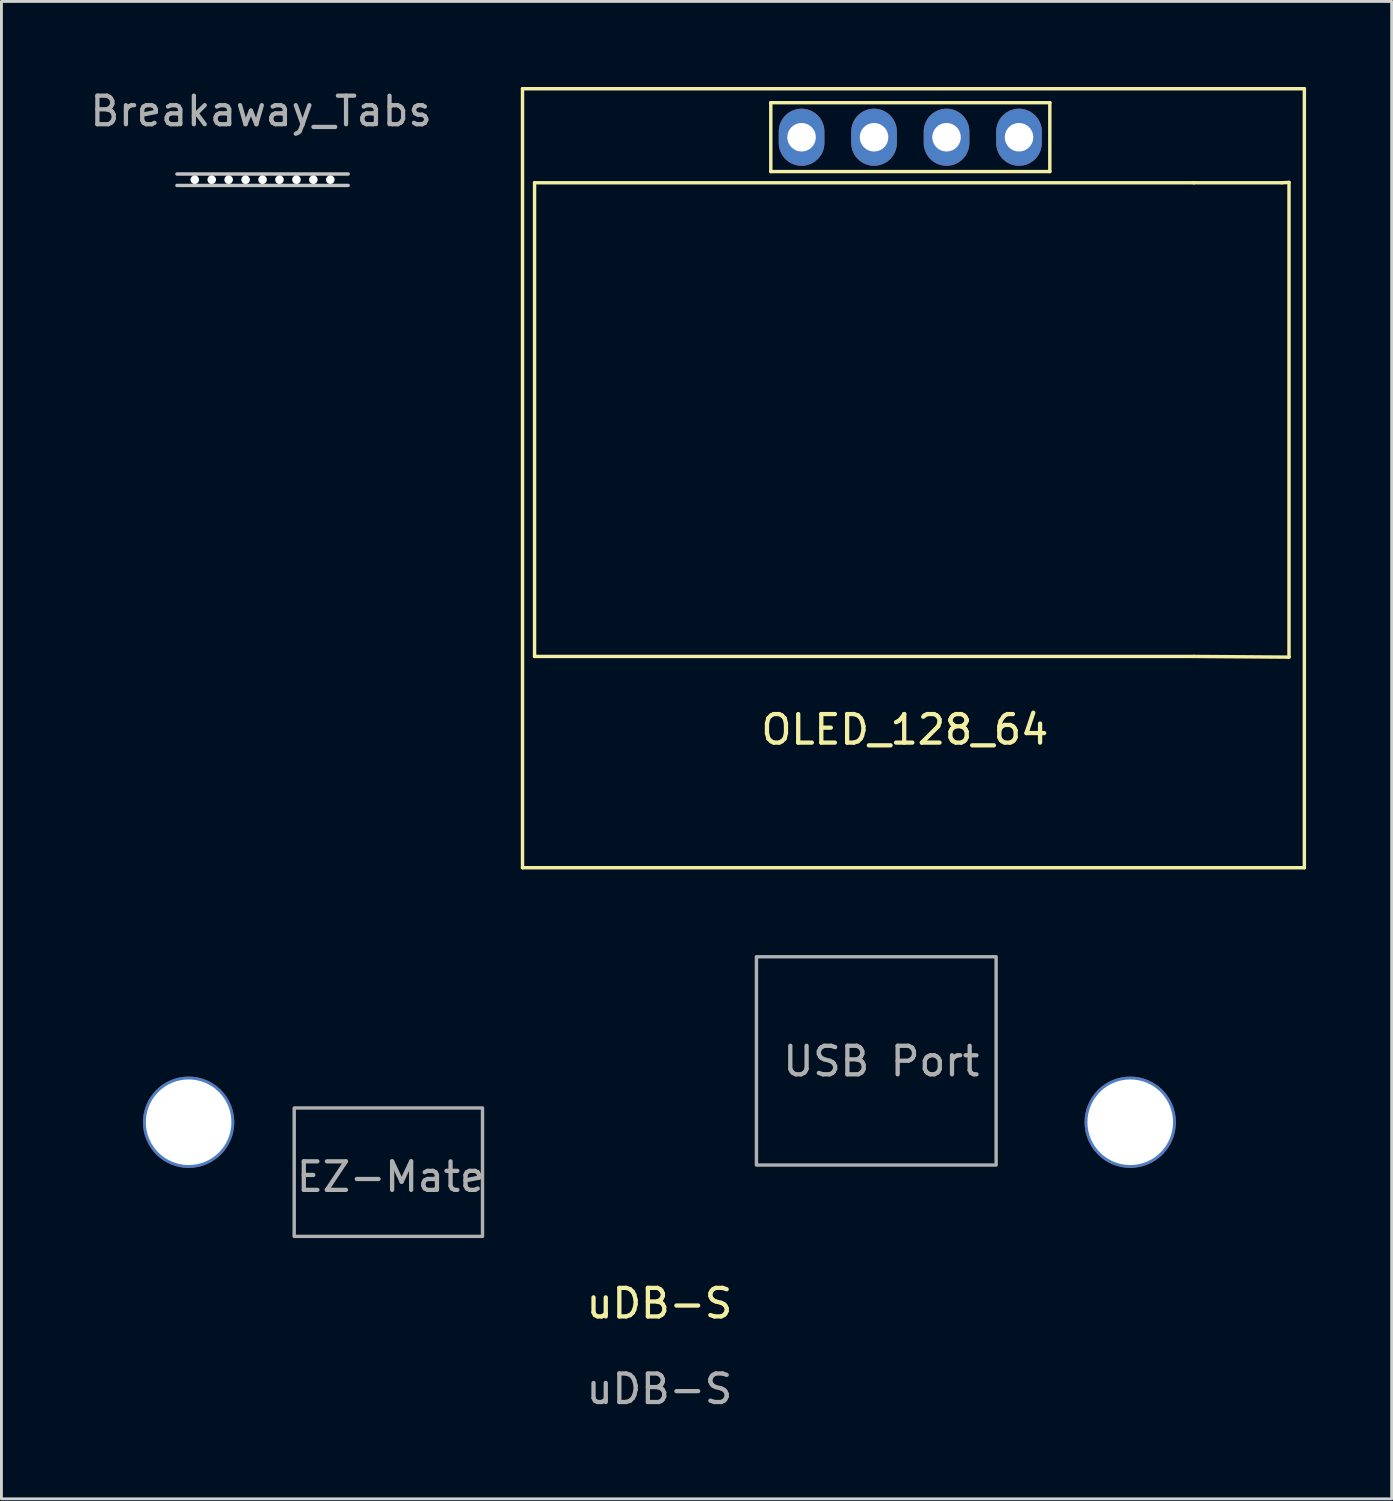
<source format=kicad_pcb>
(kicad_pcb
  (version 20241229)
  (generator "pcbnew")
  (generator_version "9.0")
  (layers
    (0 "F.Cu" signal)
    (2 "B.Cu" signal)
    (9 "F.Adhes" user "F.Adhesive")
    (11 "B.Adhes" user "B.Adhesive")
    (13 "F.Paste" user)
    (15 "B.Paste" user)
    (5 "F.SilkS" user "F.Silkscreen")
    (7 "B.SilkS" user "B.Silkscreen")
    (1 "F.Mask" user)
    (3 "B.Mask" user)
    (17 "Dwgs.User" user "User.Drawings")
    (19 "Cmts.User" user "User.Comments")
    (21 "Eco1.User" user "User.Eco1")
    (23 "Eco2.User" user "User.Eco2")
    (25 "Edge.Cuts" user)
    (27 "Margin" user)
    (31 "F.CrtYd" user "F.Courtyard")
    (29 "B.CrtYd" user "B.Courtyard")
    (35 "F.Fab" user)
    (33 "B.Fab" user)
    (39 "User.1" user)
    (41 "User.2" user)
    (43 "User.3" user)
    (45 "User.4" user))
  (footprint "OLED_128_64"
    (layer "F.Cu")
    (at 28.662 12.36)
    (property "Reference" "OLED_128_64" (at 0 10.16 0) (layer "F.SilkS") (effects (font (size 1 1) (thickness 0.15))))
    (attr through_hole)
    (fp_line (start -13.4 -12.3) (end 14 -12.3) (stroke (width 0.12) (type solid)) (layer "F.SilkS"))
    (fp_line (start -13.4 15) (end -13.4 -12.3) (stroke (width 0.12) (type solid)) (layer "F.SilkS"))
    (fp_line (start -12.978 -9.005) (end 10.122 -9.005) (stroke (width 0.12) (type solid)) (layer "F.SilkS"))
    (fp_line (start -12.978 7.595) (end -12.978 -9.005) (stroke (width 0.12) (type solid)) (layer "F.SilkS"))
    (fp_line (start -4.699 -11.811) (end -4.699 -9.398) (stroke (width 0.12) (type solid)) (layer "F.SilkS"))
    (fp_line (start -4.699 -11.811) (end 5.08 -11.811) (stroke (width 0.12) (type solid)) (layer "F.SilkS"))
    (fp_line (start 5.08 -11.811) (end 5.08 -9.398) (stroke (width 0.12) (type solid)) (layer "F.SilkS"))
    (fp_line (start 5.08 -9.398) (end -4.699 -9.398) (stroke (width 0.12) (type solid)) (layer "F.SilkS"))
    (fp_line (start 10.122 -9.005) (end 13.208 -9.005) (stroke (width 0.12) (type solid)) (layer "F.SilkS"))
    (fp_line (start 10.122 7.595) (end -12.978 7.595) (stroke (width 0.12) (type solid)) (layer "F.SilkS"))
    (fp_line (start 10.122 7.595) (end 13.462 7.62) (stroke (width 0.12) (type solid)) (layer "F.SilkS"))
    (fp_line (start 13.462 -9.017) (end 13.208 -9.005) (stroke (width 0.12) (type solid)) (layer "F.SilkS"))
    (fp_line (start 13.462 7.62) (end 13.462 -9.017) (stroke (width 0.12) (type solid)) (layer "F.SilkS"))
    (fp_line (start 14 -12.3) (end 14 15) (stroke (width 0.12) (type solid)) (layer "F.SilkS"))
    (fp_line (start 14 15) (end -13.4 15) (stroke (width 0.12) (type solid)) (layer "F.SilkS"))
    (pad "1" thru_hole oval (at -3.62 -10.6 90) (size 2 1.6) (drill 1) (layers "*.Cu" "*.Mask"))
    (pad "2" thru_hole oval (at -1.08 -10.6 90) (size 2 1.6) (drill 1) (layers "*.Cu" "*.Mask"))
    (pad "3" thru_hole oval (at 1.46 -10.6 90) (size 2 1.6) (drill 1) (layers "*.Cu" "*.Mask"))
    (pad "4" thru_hole oval (at 4 -10.6 90) (size 2 1.6) (drill 1) (layers "*.Cu" "*.Mask")))
  (footprint "Breakaway_Tabs"
    (layer "F.Cu")
    (at 6.151 3.248)
    (property "Reference" "Breakaway_Tabs" (at -0.05 -2.4 0) (layer "F.Fab") (effects (font (size 1 1) (thickness 0.15))))
    (attr through_hole)
    (fp_line (start -3 -0.2) (end 3 -0.2) (stroke (width 0.12) (type solid)) (layer "Dwgs.User"))
    (fp_line (start -3 0.2) (end 3 0.2) (stroke (width 0.12) (type solid)) (layer "Dwgs.User"))
    (pad "" np_thru_hole circle (at -2.375 0) (size 0.3 0.3) (drill 0.3) (layers "*.Cu" "*.Mask"))
    (pad "" np_thru_hole circle (at -1.781 0) (size 0.3 0.3) (drill 0.3) (layers "*.Cu" "*.Mask"))
    (pad "" np_thru_hole circle (at -1.188 0) (size 0.3 0.3) (drill 0.3) (layers "*.Cu" "*.Mask"))
    (pad "" np_thru_hole circle (at -0.594 0) (size 0.3 0.3) (drill 0.3) (layers "*.Cu" "*.Mask"))
    (pad "" np_thru_hole circle (at 0 0) (size 0.3 0.3) (drill 0.3) (layers "*.Cu" "*.Mask"))
    (pad "" np_thru_hole circle (at 0.594 0) (size 0.3 0.3) (drill 0.3) (layers "*.Cu" "*.Mask"))
    (pad "" np_thru_hole circle (at 1.188 0) (size 0.3 0.3) (drill 0.3) (layers "*.Cu" "*.Mask"))
    (pad "" np_thru_hole circle (at 1.781 0) (size 0.3 0.3) (drill 0.3) (layers "*.Cu" "*.Mask"))
    (pad "" np_thru_hole circle (at 2.375 0) (size 0.3 0.3) (drill 0.3) (layers "*.Cu" "*.Mask")))
  (footprint "uDB-S"
    (layer "F.Cu")
    (at 20.06 36.28)
    (property "Reference" "uDB-S" (at 0 6.35 0) (unlocked yes) (layer "F.SilkS") (effects (font (size 1 1) (thickness 0.15))))
    (fp_line (start -15.5 -4.5) (end 15.5 -4.5) (stroke (width 0.12) (type default)) (layer "Margin"))
    (fp_line (start -15.5 4.5) (end 15.5 4.5) (stroke (width 0.12) (type default)) (layer "Margin"))
    (fp_arc (start -15.5 4.5) (mid -20 0) (end -15.5 -4.5) (stroke (width 0.12) (type default)) (layer "Margin"))
    (fp_arc (start 15.5 -4.5) (mid 20 0) (end 15.5 4.5) (stroke (width 0.12) (type default)) (layer "Margin"))
    (fp_rect (start -12.8 -0.5) (end -6.2 4) (stroke (width 0.12) (type default)) (fill no) (layer "F.Fab"))
    (fp_rect (start 3.4 -5.8) (end 11.8 1.5) (stroke (width 0.12) (type default)) (fill no) (layer "F.Fab"))
    (fp_text user "USB Port" (at 4.25 -1.55 0) (unlocked yes) (layer "F.Fab") (effects (font (size 1 1) (thickness 0.15)) (justify left bottom)))
    (fp_text user "EZ-Mate" (at -12.8 2.5 0) (unlocked yes) (layer "F.Fab") (effects (font (size 1 1) (thickness 0.15)) (justify left bottom)))
    (fp_text user "${REFERENCE}" (at 0 9.35 0) (unlocked yes) (layer "F.Fab") (effects (font (size 1 1) (thickness 0.15))))
    (pad "" np_thru_hole circle (at -16.5 0) (size 3.2 3.2) (drill 3) (layers "*.Cu" "*.Mask"))
    (pad "" np_thru_hole circle (at 16.5 0) (size 3.2 3.2) (drill 3) (layers "*.Cu" "*.Mask")))
  (gr_rect
    (start -3 -3)
    (end 45.722 49.478)
    (stroke (width 0.1) (type default))
    (fill no)
    (layer "Edge.Cuts")))
</source>
